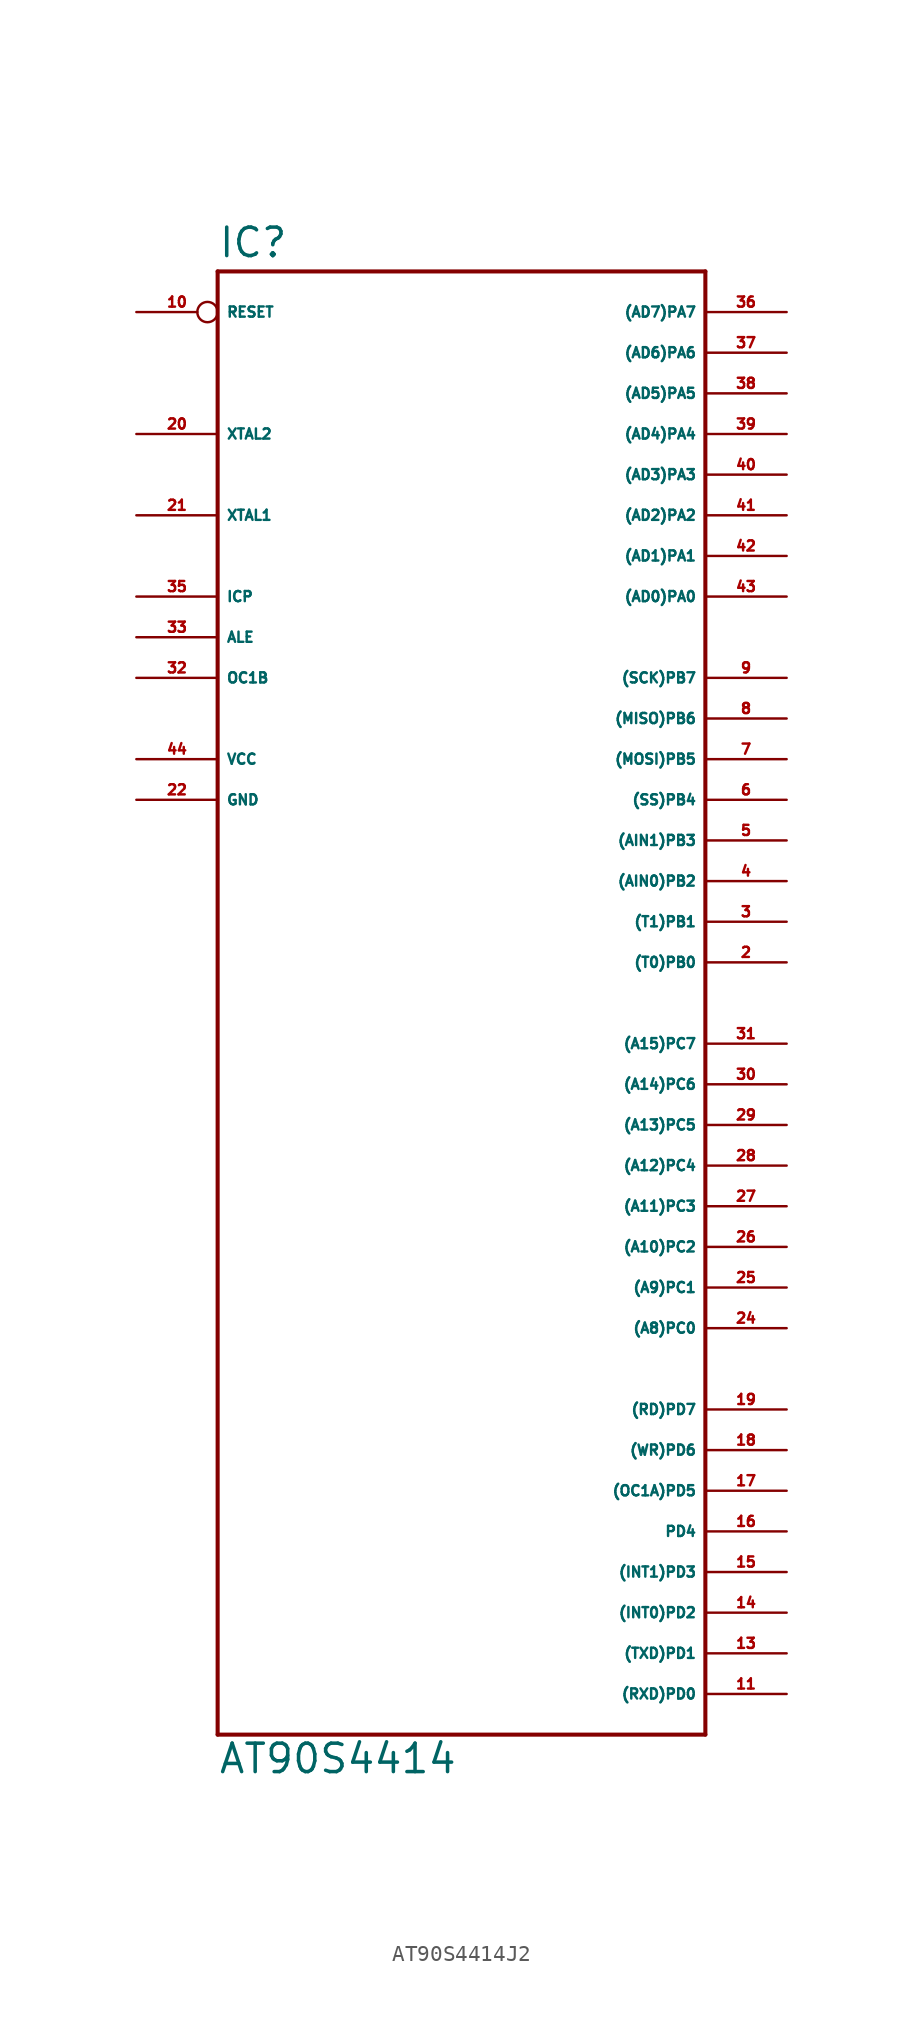
<source format=kicad_sym>
(kicad_symbol_lib
  (version 20220914)
  (generator Eagle2Kicad)
  (symbol "AT90S4414J2"
    (property "Reference" "IC"
      (at -15.24 36.322 0)
      (effects (font (size 1.778 1.778) (thickness 0.22)) (justify left bottom)))
    (property "Value" "AT90S4414"
      (at -15.24 -58.42 0)
      (effects (font (size 1.778 1.778) (thickness 0.22)) (justify left bottom)))
    (polyline
      (pts (xy -15.24 35.56) (xy 15.24 35.56))
      (stroke (width 0.254) (type default))
      (fill (type none)))
    (polyline
      (pts (xy 15.24 35.56) (xy 15.24 -55.88))
      (stroke (width 0.254) (type default))
      (fill (type none)))
    (polyline
      (pts (xy 15.24 -55.88) (xy -15.24 -55.88))
      (stroke (width 0.254) (type default))
      (fill (type none)))
    (polyline
      (pts (xy -15.24 -55.88) (xy -15.24 35.56))
      (stroke (width 0.254) (type default))
      (fill (type none)))
    (pin bidirectional line
      (at 20.32 33.02 180)
      (length 5.08)
      (name "(AD7)PA7" (effects (font (size 0.635 0.635) (thickness 0.08)) (justify left bottom)))
      (number "36" (effects (font (size 0.635 0.635) (thickness 0.08)) (justify left bottom))))
    (pin bidirectional line
      (at 20.32 30.48 180)
      (length 5.08)
      (name "(AD6)PA6" (effects (font (size 0.635 0.635) (thickness 0.08)) (justify left bottom)))
      (number "37" (effects (font (size 0.635 0.635) (thickness 0.08)) (justify left bottom))))
    (pin bidirectional line
      (at 20.32 27.94 180)
      (length 5.08)
      (name "(AD5)PA5" (effects (font (size 0.635 0.635) (thickness 0.08)) (justify left bottom)))
      (number "38" (effects (font (size 0.635 0.635) (thickness 0.08)) (justify left bottom))))
    (pin bidirectional line
      (at 20.32 25.4 180)
      (length 5.08)
      (name "(AD4)PA4" (effects (font (size 0.635 0.635) (thickness 0.08)) (justify left bottom)))
      (number "39" (effects (font (size 0.635 0.635) (thickness 0.08)) (justify left bottom))))
    (pin bidirectional line
      (at 20.32 22.86 180)
      (length 5.08)
      (name "(AD3)PA3" (effects (font (size 0.635 0.635) (thickness 0.08)) (justify left bottom)))
      (number "40" (effects (font (size 0.635 0.635) (thickness 0.08)) (justify left bottom))))
    (pin bidirectional line
      (at 20.32 20.32 180)
      (length 5.08)
      (name "(AD2)PA2" (effects (font (size 0.635 0.635) (thickness 0.08)) (justify left bottom)))
      (number "41" (effects (font (size 0.635 0.635) (thickness 0.08)) (justify left bottom))))
    (pin bidirectional line
      (at 20.32 17.78 180)
      (length 5.08)
      (name "(AD1)PA1" (effects (font (size 0.635 0.635) (thickness 0.08)) (justify left bottom)))
      (number "42" (effects (font (size 0.635 0.635) (thickness 0.08)) (justify left bottom))))
    (pin bidirectional line
      (at 20.32 15.24 180)
      (length 5.08)
      (name "(AD0)PA0" (effects (font (size 0.635 0.635) (thickness 0.08)) (justify left bottom)))
      (number "43" (effects (font (size 0.635 0.635) (thickness 0.08)) (justify left bottom))))
    (pin bidirectional line
      (at 20.32 10.16 180)
      (length 5.08)
      (name "(SCK)PB7" (effects (font (size 0.635 0.635) (thickness 0.08)) (justify left bottom)))
      (number "9" (effects (font (size 0.635 0.635) (thickness 0.08)) (justify left bottom))))
    (pin bidirectional line
      (at 20.32 7.62 180)
      (length 5.08)
      (name "(MISO)PB6" (effects (font (size 0.635 0.635) (thickness 0.08)) (justify left bottom)))
      (number "8" (effects (font (size 0.635 0.635) (thickness 0.08)) (justify left bottom))))
    (pin bidirectional line
      (at 20.32 5.08 180)
      (length 5.08)
      (name "(MOSI)PB5" (effects (font (size 0.635 0.635) (thickness 0.08)) (justify left bottom)))
      (number "7" (effects (font (size 0.635 0.635) (thickness 0.08)) (justify left bottom))))
    (pin bidirectional line
      (at 20.32 2.54 180)
      (length 5.08)
      (name "(SS)PB4" (effects (font (size 0.635 0.635) (thickness 0.08)) (justify left bottom)))
      (number "6" (effects (font (size 0.635 0.635) (thickness 0.08)) (justify left bottom))))
    (pin bidirectional line
      (at 20.32 0 180)
      (length 5.08)
      (name "(AIN1)PB3" (effects (font (size 0.635 0.635) (thickness 0.08)) (justify left bottom)))
      (number "5" (effects (font (size 0.635 0.635) (thickness 0.08)) (justify left bottom))))
    (pin bidirectional line
      (at 20.32 -2.54 180)
      (length 5.08)
      (name "(AIN0)PB2" (effects (font (size 0.635 0.635) (thickness 0.08)) (justify left bottom)))
      (number "4" (effects (font (size 0.635 0.635) (thickness 0.08)) (justify left bottom))))
    (pin bidirectional line
      (at 20.32 -5.08 180)
      (length 5.08)
      (name "(T1)PB1" (effects (font (size 0.635 0.635) (thickness 0.08)) (justify left bottom)))
      (number "3" (effects (font (size 0.635 0.635) (thickness 0.08)) (justify left bottom))))
    (pin bidirectional line
      (at 20.32 -7.62 180)
      (length 5.08)
      (name "(T0)PB0" (effects (font (size 0.635 0.635) (thickness 0.08)) (justify left bottom)))
      (number "2" (effects (font (size 0.635 0.635) (thickness 0.08)) (justify left bottom))))
    (pin bidirectional line
      (at 20.32 -12.7 180)
      (length 5.08)
      (name "(A15)PC7" (effects (font (size 0.635 0.635) (thickness 0.08)) (justify left bottom)))
      (number "31" (effects (font (size 0.635 0.635) (thickness 0.08)) (justify left bottom))))
    (pin bidirectional line
      (at 20.32 -15.24 180)
      (length 5.08)
      (name "(A14)PC6" (effects (font (size 0.635 0.635) (thickness 0.08)) (justify left bottom)))
      (number "30" (effects (font (size 0.635 0.635) (thickness 0.08)) (justify left bottom))))
    (pin bidirectional line
      (at 20.32 -17.78 180)
      (length 5.08)
      (name "(A13)PC5" (effects (font (size 0.635 0.635) (thickness 0.08)) (justify left bottom)))
      (number "29" (effects (font (size 0.635 0.635) (thickness 0.08)) (justify left bottom))))
    (pin bidirectional line
      (at 20.32 -20.32 180)
      (length 5.08)
      (name "(A12)PC4" (effects (font (size 0.635 0.635) (thickness 0.08)) (justify left bottom)))
      (number "28" (effects (font (size 0.635 0.635) (thickness 0.08)) (justify left bottom))))
    (pin bidirectional line
      (at 20.32 -22.86 180)
      (length 5.08)
      (name "(A11)PC3" (effects (font (size 0.635 0.635) (thickness 0.08)) (justify left bottom)))
      (number "27" (effects (font (size 0.635 0.635) (thickness 0.08)) (justify left bottom))))
    (pin bidirectional line
      (at 20.32 -25.4 180)
      (length 5.08)
      (name "(A10)PC2" (effects (font (size 0.635 0.635) (thickness 0.08)) (justify left bottom)))
      (number "26" (effects (font (size 0.635 0.635) (thickness 0.08)) (justify left bottom))))
    (pin bidirectional line
      (at 20.32 -27.94 180)
      (length 5.08)
      (name "(A9)PC1" (effects (font (size 0.635 0.635) (thickness 0.08)) (justify left bottom)))
      (number "25" (effects (font (size 0.635 0.635) (thickness 0.08)) (justify left bottom))))
    (pin bidirectional line
      (at 20.32 -30.48 180)
      (length 5.08)
      (name "(A8)PC0" (effects (font (size 0.635 0.635) (thickness 0.08)) (justify left bottom)))
      (number "24" (effects (font (size 0.635 0.635) (thickness 0.08)) (justify left bottom))))
    (pin bidirectional line
      (at -20.32 10.16 0)
      (length 5.08)
      (name "OC1B" (effects (font (size 0.635 0.635) (thickness 0.08)) (justify left bottom)))
      (number "32" (effects (font (size 0.635 0.635) (thickness 0.08)) (justify left bottom))))
    (pin bidirectional line
      (at -20.32 12.7 0)
      (length 5.08)
      (name "ALE" (effects (font (size 0.635 0.635) (thickness 0.08)) (justify left bottom)))
      (number "33" (effects (font (size 0.635 0.635) (thickness 0.08)) (justify left bottom))))
    (pin bidirectional line
      (at -20.32 15.24 0)
      (length 5.08)
      (name "ICP" (effects (font (size 0.635 0.635) (thickness 0.08)) (justify left bottom)))
      (number "35" (effects (font (size 0.635 0.635) (thickness 0.08)) (justify left bottom))))
    (pin bidirectional line
      (at -20.32 20.32 0)
      (length 5.08)
      (name "XTAL1" (effects (font (size 0.635 0.635) (thickness 0.08)) (justify left bottom)))
      (number "21" (effects (font (size 0.635 0.635) (thickness 0.08)) (justify left bottom))))
    (pin bidirectional line
      (at -20.32 25.4 0)
      (length 5.08)
      (name "XTAL2" (effects (font (size 0.635 0.635) (thickness 0.08)) (justify left bottom)))
      (number "20" (effects (font (size 0.635 0.635) (thickness 0.08)) (justify left bottom))))
    (pin unspecified line
      (at -20.32 5.08 0)
      (length 5.08)
      (name "VCC" (effects (font (size 0.635 0.635) (thickness 0.08)) (justify left bottom)))
      (number "44" (effects (font (size 0.635 0.635) (thickness 0.08)) (justify left bottom))))
    (pin unspecified line
      (at -20.32 2.54 0)
      (length 5.08)
      (name "GND" (effects (font (size 0.635 0.635) (thickness 0.08)) (justify left bottom)))
      (number "22" (effects (font (size 0.635 0.635) (thickness 0.08)) (justify left bottom))))
    (pin input inverted
      (at -20.32 33.02 0)
      (length 5.08)
      (name "RESET" (effects (font (size 0.635 0.635) (thickness 0.08)) (justify left bottom)))
      (number "10" (effects (font (size 0.635 0.635) (thickness 0.08)) (justify left bottom))))
    (pin bidirectional line
      (at 20.32 -53.34 180)
      (length 5.08)
      (name "(RXD)PD0" (effects (font (size 0.635 0.635) (thickness 0.08)) (justify left bottom)))
      (number "11" (effects (font (size 0.635 0.635) (thickness 0.08)) (justify left bottom))))
    (pin bidirectional line
      (at 20.32 -50.8 180)
      (length 5.08)
      (name "(TXD)PD1" (effects (font (size 0.635 0.635) (thickness 0.08)) (justify left bottom)))
      (number "13" (effects (font (size 0.635 0.635) (thickness 0.08)) (justify left bottom))))
    (pin bidirectional line
      (at 20.32 -48.26 180)
      (length 5.08)
      (name "(INT0)PD2" (effects (font (size 0.635 0.635) (thickness 0.08)) (justify left bottom)))
      (number "14" (effects (font (size 0.635 0.635) (thickness 0.08)) (justify left bottom))))
    (pin bidirectional line
      (at 20.32 -45.72 180)
      (length 5.08)
      (name "(INT1)PD3" (effects (font (size 0.635 0.635) (thickness 0.08)) (justify left bottom)))
      (number "15" (effects (font (size 0.635 0.635) (thickness 0.08)) (justify left bottom))))
    (pin bidirectional line
      (at 20.32 -43.18 180)
      (length 5.08)
      (name "PD4" (effects (font (size 0.635 0.635) (thickness 0.08)) (justify left bottom)))
      (number "16" (effects (font (size 0.635 0.635) (thickness 0.08)) (justify left bottom))))
    (pin bidirectional line
      (at 20.32 -40.64 180)
      (length 5.08)
      (name "(OC1A)PD5" (effects (font (size 0.635 0.635) (thickness 0.08)) (justify left bottom)))
      (number "17" (effects (font (size 0.635 0.635) (thickness 0.08)) (justify left bottom))))
    (pin bidirectional line
      (at 20.32 -38.1 180)
      (length 5.08)
      (name "(WR)PD6" (effects (font (size 0.635 0.635) (thickness 0.08)) (justify left bottom)))
      (number "18" (effects (font (size 0.635 0.635) (thickness 0.08)) (justify left bottom))))
    (pin bidirectional line
      (at 20.32 -35.56 180)
      (length 5.08)
      (name "(RD)PD7" (effects (font (size 0.635 0.635) (thickness 0.08)) (justify left bottom)))
      (number "19" (effects (font (size 0.635 0.635) (thickness 0.08)) (justify left bottom))))))
</source>
